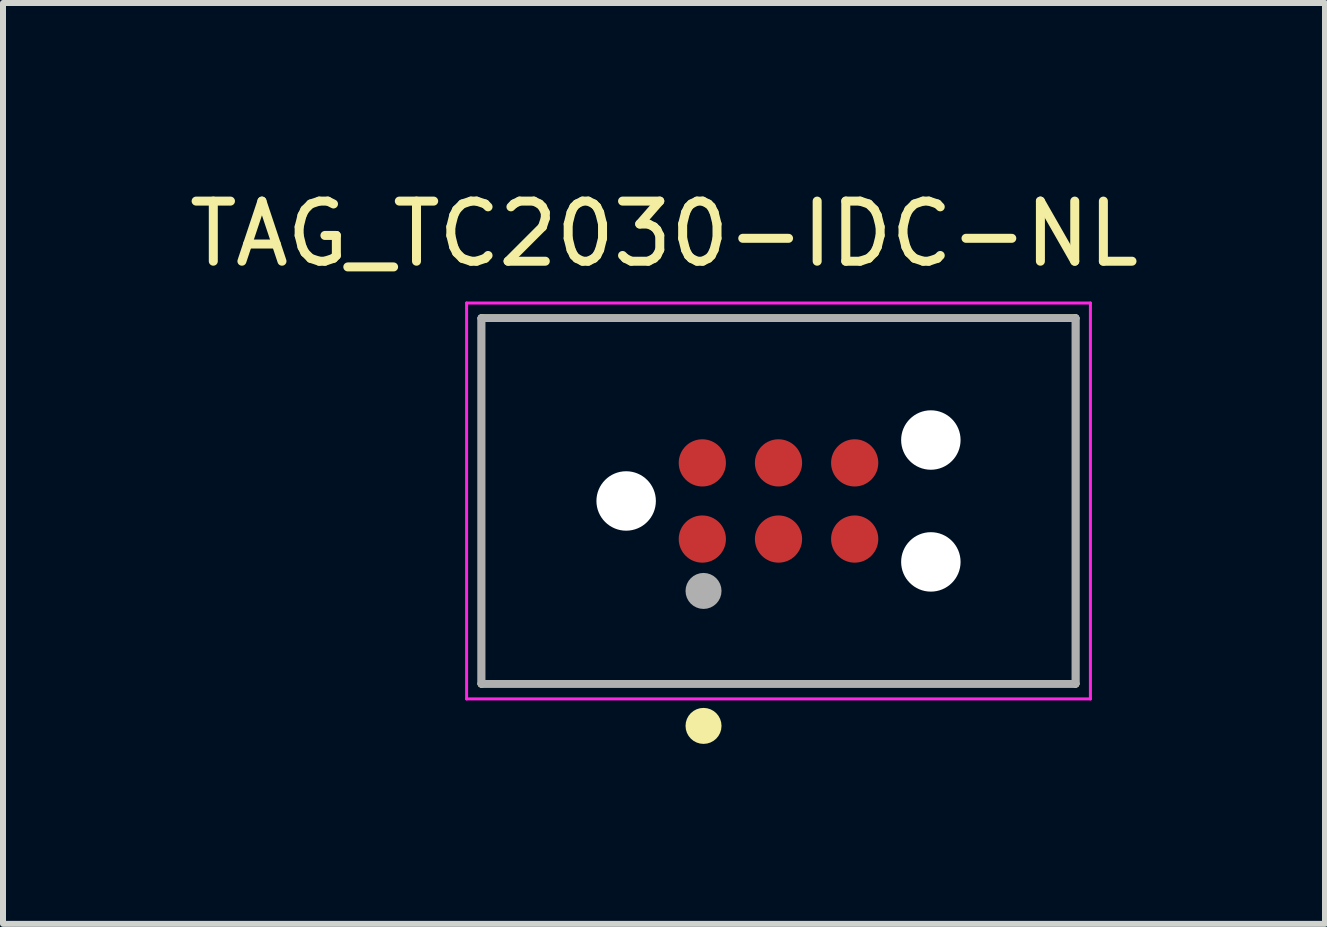
<source format=kicad_pcb>
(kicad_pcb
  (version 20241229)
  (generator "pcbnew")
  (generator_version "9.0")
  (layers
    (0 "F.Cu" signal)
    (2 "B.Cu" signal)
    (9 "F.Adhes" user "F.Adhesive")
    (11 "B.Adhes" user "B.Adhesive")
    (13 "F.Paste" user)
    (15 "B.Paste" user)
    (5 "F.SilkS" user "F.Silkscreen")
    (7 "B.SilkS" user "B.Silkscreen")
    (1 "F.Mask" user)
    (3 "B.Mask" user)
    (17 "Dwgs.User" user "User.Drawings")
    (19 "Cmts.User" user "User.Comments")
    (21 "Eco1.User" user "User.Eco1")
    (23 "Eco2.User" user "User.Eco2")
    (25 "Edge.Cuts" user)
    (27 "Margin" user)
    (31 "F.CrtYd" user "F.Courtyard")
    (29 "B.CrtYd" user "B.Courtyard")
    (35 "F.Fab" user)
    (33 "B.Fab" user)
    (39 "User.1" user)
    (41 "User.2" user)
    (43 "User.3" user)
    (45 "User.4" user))
  (footprint "TAG_TC2030-IDC-NL"
    (layer "F.Cu")
    (at 9.929 5.302)
    (property "Reference" "TAG_TC2030-IDC-NL" (at -1.908 -4.453 0) (layer "F.SilkS") (effects (font (size 1.002 1.002) (thickness 0.15))))
    (attr through_hole)
    (fp_line (start -4.953 -3.048) (end -4.953 3.048) (stroke (width 0.127) (type solid)) (layer "F.SilkS"))
    (fp_line (start -4.953 3.048) (end 4.953 3.048) (stroke (width 0.127) (type solid)) (layer "F.SilkS"))
    (fp_line (start 4.953 -3.048) (end -4.953 -3.048) (stroke (width 0.127) (type solid)) (layer "F.SilkS"))
    (fp_line (start 4.953 3.048) (end 4.953 -3.048) (stroke (width 0.127) (type solid)) (layer "F.SilkS"))
    (fp_circle (center -1.25 3.75) (end -1.1 3.75) (stroke (width 0.3) (type solid)) (fill no) (layer "F.SilkS"))
    (fp_line (start -5.2 -3.3) (end 5.2 -3.3) (stroke (width 0.05) (type solid)) (layer "F.CrtYd"))
    (fp_line (start -5.2 3.3) (end -5.2 -3.3) (stroke (width 0.05) (type solid)) (layer "F.CrtYd"))
    (fp_line (start 5.2 -3.3) (end 5.2 3.3) (stroke (width 0.05) (type solid)) (layer "F.CrtYd"))
    (fp_line (start 5.2 3.3) (end -5.2 3.3) (stroke (width 0.05) (type solid)) (layer "F.CrtYd"))
    (fp_line (start -4.953 -3.048) (end 4.953 -3.048) (stroke (width 0.127) (type solid)) (layer "F.Fab"))
    (fp_line (start -4.953 3.048) (end -4.953 -3.048) (stroke (width 0.127) (type solid)) (layer "F.Fab"))
    (fp_line (start 4.953 -3.048) (end 4.953 3.048) (stroke (width 0.127) (type solid)) (layer "F.Fab"))
    (fp_line (start 4.953 3.048) (end -4.953 3.048) (stroke (width 0.127) (type solid)) (layer "F.Fab"))
    (fp_circle (center -1.25 1.5) (end -1.1 1.5) (stroke (width 0.3) (type solid)) (fill no) (layer "F.Fab"))
    (pad "" np_thru_hole circle (at -2.54 0) (size 0.991 0.991) (drill 0.991) (layers "*.Cu" "*.Mask"))
    (pad "" np_thru_hole circle (at 2.54 -1.016) (size 0.991 0.991) (drill 0.991) (layers "*.Cu" "*.Mask"))
    (pad "" np_thru_hole circle (at 2.54 1.016) (size 0.991 0.991) (drill 0.991) (layers "*.Cu" "*.Mask"))
    (pad "1" smd circle (at -1.27 0.635) (size 0.787 0.787) (layers "F.Cu" "F.Mask"))
    (pad "2" smd circle (at -1.27 -0.635) (size 0.787 0.787) (layers "F.Cu" "F.Mask"))
    (pad "3" smd circle (at 0 0.635) (size 0.787 0.787) (layers "F.Cu" "F.Mask"))
    (pad "4" smd circle (at 0 -0.635) (size 0.787 0.787) (layers "F.Cu" "F.Mask"))
    (pad "5" smd circle (at 1.27 0.635) (size 0.787 0.787) (layers "F.Cu" "F.Mask"))
    (pad "6" smd circle (at 1.27 -0.635) (size 0.787 0.787) (layers "F.Cu" "F.Mask"))
    (zone (net_name "") (layer "F.Cu") (hatch full 0.508) (connect_pads) (min_thickness 0.01) (filled_areas_thickness no) (keepout (tracks not_allowed) (vias not_allowed) (pads not_allowed) (copperpour not_allowed) (footprints allowed)) (placement (enabled no)) (fill) (polygon (pts (xy 8.657 4.667) (xy 11.199 4.667) (xy 11.199 5.938) (xy 8.657 5.938))))
    (zone (net_name "") (layers "F.Cu" "B.Cu") (hatch full 0.508) (connect_pads) (min_thickness 0.01) (filled_areas_thickness no) (keepout (tracks allowed) (vias not_allowed) (pads allowed) (copperpour allowed) (footprints allowed)) (placement (enabled no)) (fill) (polygon (pts (xy 8.657 4.667) (xy 11.199 4.667) (xy 11.199 5.938) (xy 8.657 5.938)))))
  (gr_rect
    (start -3 -3)
    (end 19.04 12.352)
    (stroke (width 0.1) (type default))
    (fill no)
    (layer "Edge.Cuts")))
</source>
